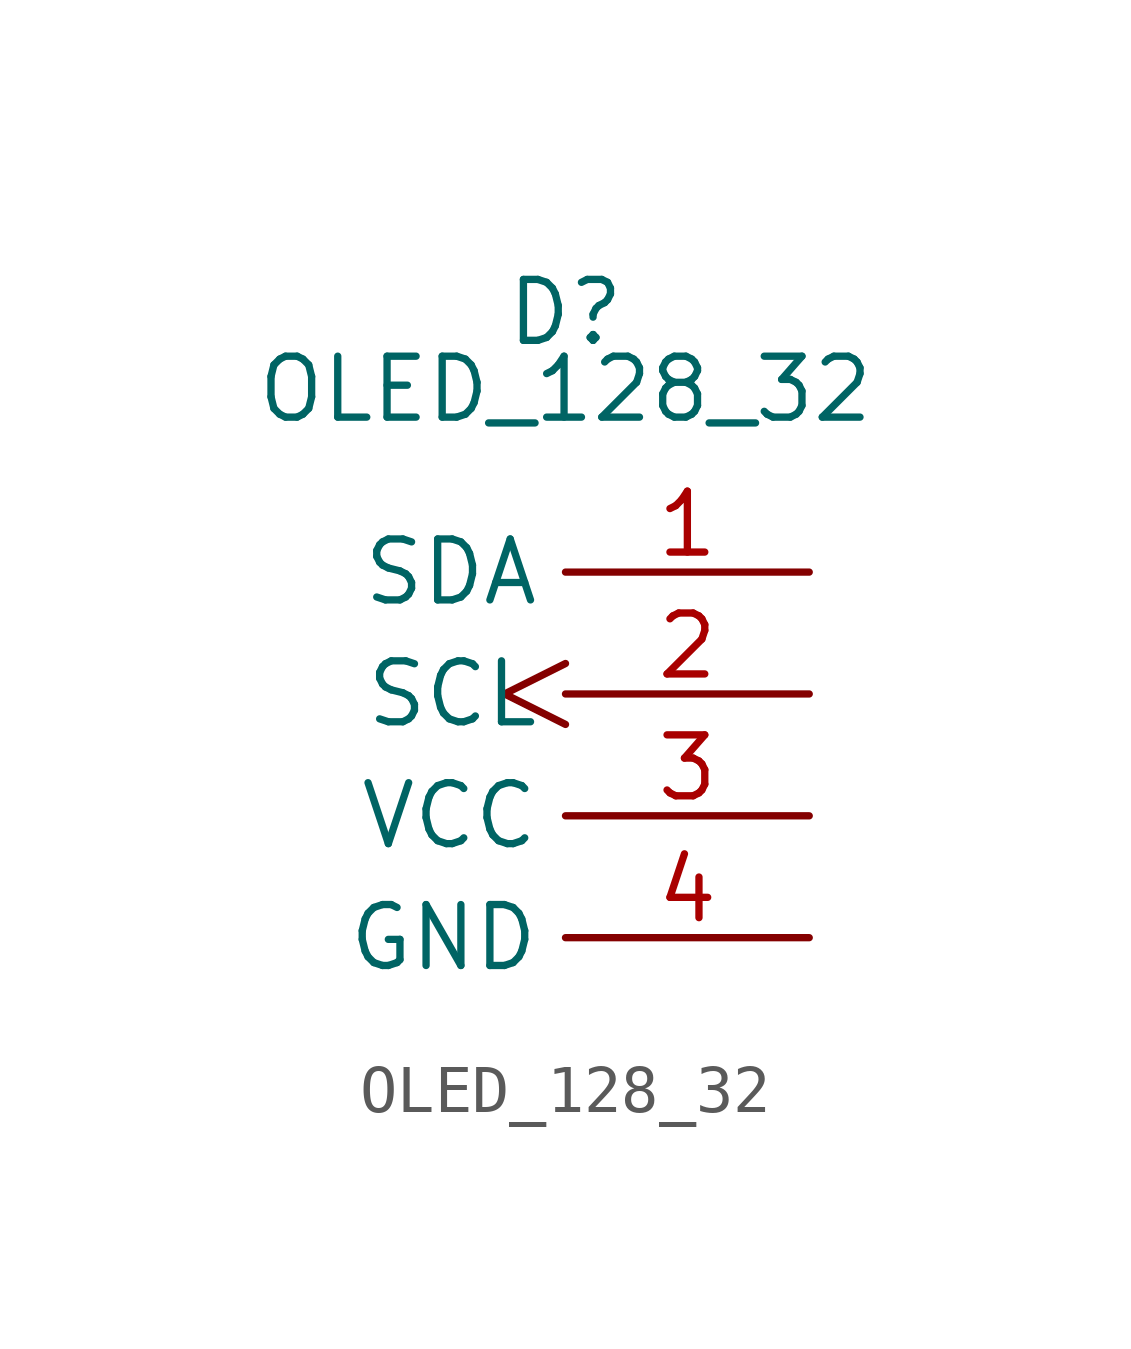
<source format=kicad_sym>
(kicad_symbol_lib
  (version 20211014)
  (generator kicad_symbol_editor)
  (symbol "OLED_128_32"
    (property "Reference" "D"
      (at 0 1.6 0)
      (effects (font (size 1.27 1.27))))
    (property "Value" "OLED_128_32"
      (at 0 0 0)
      (effects (font (size 1.27 1.27))))
    (symbol "OLED_128_32_1_1"
      (pin bidirectional line (at 5.08 -3.81 180) (length 5.08) (name "SDA" (effects (font (size 1.27 1.27)))) (number "1" (effects (font (size 1.27 1.27)))))
      (pin input clock (at 5.08 -6.35 180) (length 5.08) (name "SCL" (effects (font (size 1.27 1.27)))) (number "2" (effects (font (size 1.27 1.27)))))
      (pin power_in line (at 5.08 -8.89 180) (length 5.08) (name "VCC" (effects (font (size 1.27 1.27)))) (number "3" (effects (font (size 1.27 1.27)))))
      (pin power_in line (at 5.08 -11.43 180) (length 5.08) (name "GND" (effects (font (size 1.27 1.27)))) (number "4" (effects (font (size 1.27 1.27))))))))
</source>
